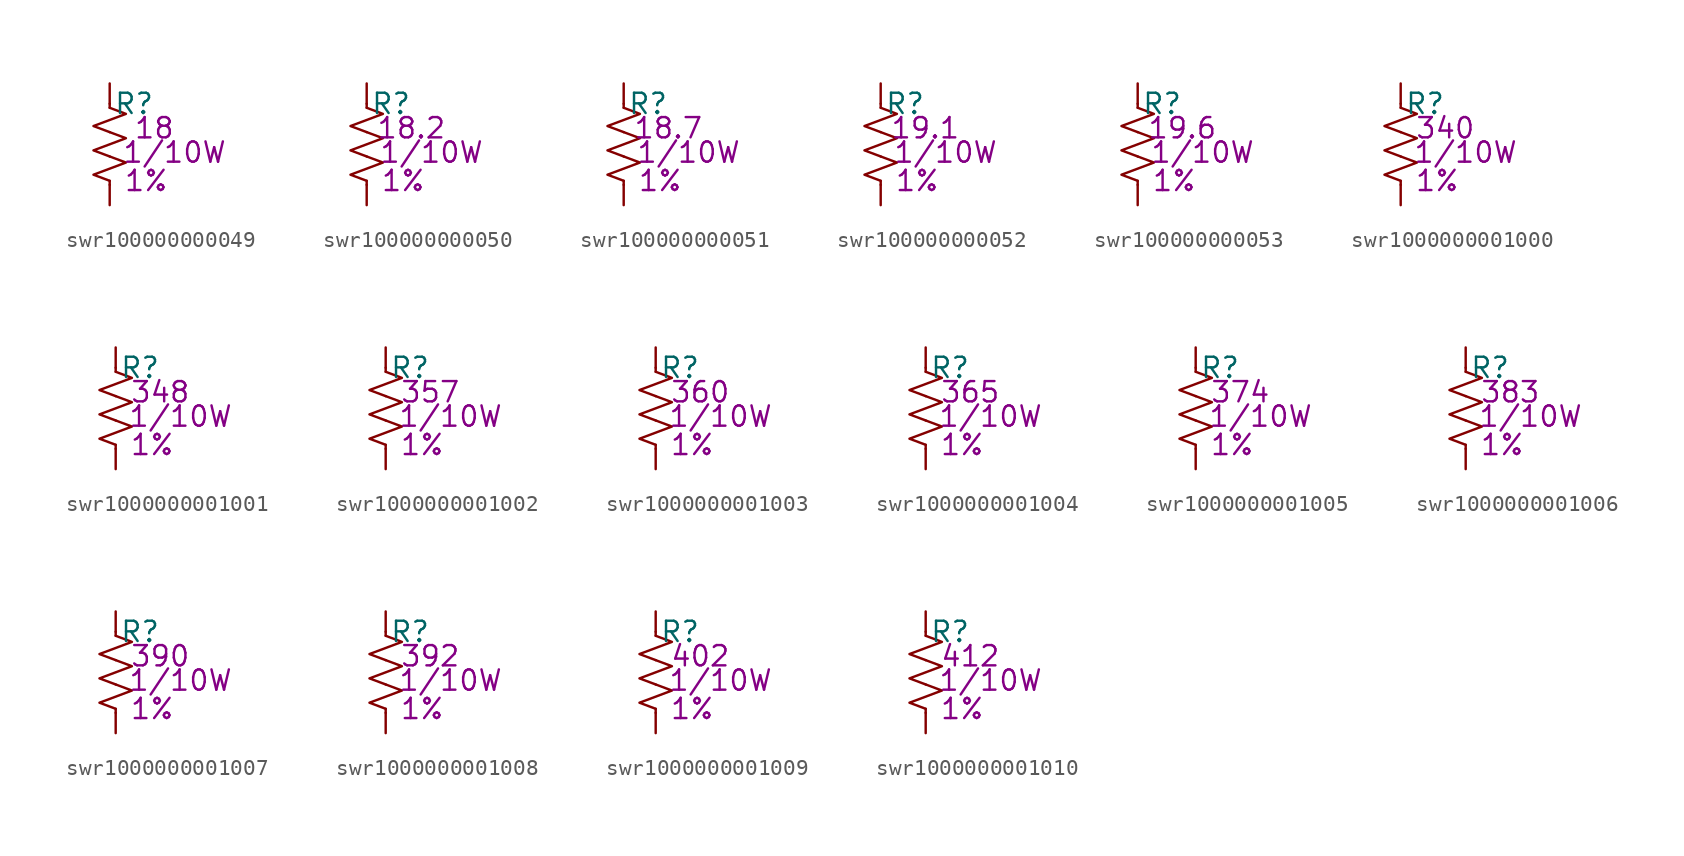
<source format=kicad_sym>
(kicad_symbol_lib
  (version 20211014)
  (generator kicad_symbol_editor)
  (symbol "swr100000000049"
    (pin_numbers hide)
    (pin_names
      (offset 1.016))
    (property "Reference" "R"
      (at 1.524 2.54 0)
      (effects (font (size 1.27 1.27))))
    (property "Tolerance" "1%"
      (at 2.286 -2.286 0)
      (effects (font (size 1.27 1.27))))
    (property "Wattage" "1/10W"
      (at 4.064 -0.508 0)
      (effects (font (size 1.27 1.27))))
    (property "PartValue" "18"
      (at 2.794 1.016 0)
      (effects (font (size 1.27 1.27))))
    (symbol "swr100000000049_1_1"
      (polyline (pts (xy 0 -2.286) (xy 0 -2.54)) (stroke (width 0) (type default) (color 0 0 0 0)) (fill (type none)))
      (polyline (pts (xy 0 2.286) (xy 0 2.54)) (stroke (width 0) (type default) (color 0 0 0 0)) (fill (type none)))
      (polyline (pts (xy 0 -0.762) (xy 1.016 -1.143) (xy 0 -1.524) (xy -1.016 -1.905) (xy 0 -2.286)) (stroke (width 0) (type default) (color 0 0 0 0)) (fill (type none)))
      (polyline (pts (xy 0 0.762) (xy 1.016 0.381) (xy 0 0) (xy -1.016 -0.381) (xy 0 -0.762)) (stroke (width 0) (type default) (color 0 0 0 0)) (fill (type none)))
      (polyline (pts (xy 0 2.286) (xy 1.016 1.905) (xy 0 1.524) (xy -1.016 1.143) (xy 0 0.762)) (stroke (width 0) (type default) (color 0 0 0 0)) (fill (type none)))
      (pin passive line (at 0 3.81 270) (length 1.27) (name "~" (effects (font (size 1.27 1.27)))) (number "1" (effects (font (size 1.27 1.27)))))
      (pin passive line (at 0 -3.81 90) (length 1.27) (name "~" (effects (font (size 1.27 1.27)))) (number "2" (effects (font (size 1.27 1.27)))))))
  (symbol "swr100000000050"
    (pin_numbers hide)
    (pin_names
      (offset 1.016))
    (property "Reference" "R"
      (at 1.524 2.54 0)
      (effects (font (size 1.27 1.27))))
    (property "Tolerance" "1%"
      (at 2.286 -2.286 0)
      (effects (font (size 1.27 1.27))))
    (property "Wattage" "1/10W"
      (at 4.064 -0.508 0)
      (effects (font (size 1.27 1.27))))
    (property "PartValue" "18.2"
      (at 2.794 1.016 0)
      (effects (font (size 1.27 1.27))))
    (symbol "swr100000000050_1_1"
      (polyline (pts (xy 0 -2.286) (xy 0 -2.54)) (stroke (width 0) (type default) (color 0 0 0 0)) (fill (type none)))
      (polyline (pts (xy 0 2.286) (xy 0 2.54)) (stroke (width 0) (type default) (color 0 0 0 0)) (fill (type none)))
      (polyline (pts (xy 0 -0.762) (xy 1.016 -1.143) (xy 0 -1.524) (xy -1.016 -1.905) (xy 0 -2.286)) (stroke (width 0) (type default) (color 0 0 0 0)) (fill (type none)))
      (polyline (pts (xy 0 0.762) (xy 1.016 0.381) (xy 0 0) (xy -1.016 -0.381) (xy 0 -0.762)) (stroke (width 0) (type default) (color 0 0 0 0)) (fill (type none)))
      (polyline (pts (xy 0 2.286) (xy 1.016 1.905) (xy 0 1.524) (xy -1.016 1.143) (xy 0 0.762)) (stroke (width 0) (type default) (color 0 0 0 0)) (fill (type none)))
      (pin passive line (at 0 3.81 270) (length 1.27) (name "~" (effects (font (size 1.27 1.27)))) (number "1" (effects (font (size 1.27 1.27)))))
      (pin passive line (at 0 -3.81 90) (length 1.27) (name "~" (effects (font (size 1.27 1.27)))) (number "2" (effects (font (size 1.27 1.27)))))))
  (symbol "swr100000000051"
    (pin_numbers hide)
    (pin_names
      (offset 1.016))
    (property "Reference" "R"
      (at 1.524 2.54 0)
      (effects (font (size 1.27 1.27))))
    (property "Tolerance" "1%"
      (at 2.286 -2.286 0)
      (effects (font (size 1.27 1.27))))
    (property "Wattage" "1/10W"
      (at 4.064 -0.508 0)
      (effects (font (size 1.27 1.27))))
    (property "PartValue" "18.7"
      (at 2.794 1.016 0)
      (effects (font (size 1.27 1.27))))
    (symbol "swr100000000051_1_1"
      (polyline (pts (xy 0 -2.286) (xy 0 -2.54)) (stroke (width 0) (type default) (color 0 0 0 0)) (fill (type none)))
      (polyline (pts (xy 0 2.286) (xy 0 2.54)) (stroke (width 0) (type default) (color 0 0 0 0)) (fill (type none)))
      (polyline (pts (xy 0 -0.762) (xy 1.016 -1.143) (xy 0 -1.524) (xy -1.016 -1.905) (xy 0 -2.286)) (stroke (width 0) (type default) (color 0 0 0 0)) (fill (type none)))
      (polyline (pts (xy 0 0.762) (xy 1.016 0.381) (xy 0 0) (xy -1.016 -0.381) (xy 0 -0.762)) (stroke (width 0) (type default) (color 0 0 0 0)) (fill (type none)))
      (polyline (pts (xy 0 2.286) (xy 1.016 1.905) (xy 0 1.524) (xy -1.016 1.143) (xy 0 0.762)) (stroke (width 0) (type default) (color 0 0 0 0)) (fill (type none)))
      (pin passive line (at 0 3.81 270) (length 1.27) (name "~" (effects (font (size 1.27 1.27)))) (number "1" (effects (font (size 1.27 1.27)))))
      (pin passive line (at 0 -3.81 90) (length 1.27) (name "~" (effects (font (size 1.27 1.27)))) (number "2" (effects (font (size 1.27 1.27)))))))
  (symbol "swr100000000052"
    (pin_numbers hide)
    (pin_names
      (offset 1.016))
    (property "Reference" "R"
      (at 1.524 2.54 0)
      (effects (font (size 1.27 1.27))))
    (property "Tolerance" "1%"
      (at 2.286 -2.286 0)
      (effects (font (size 1.27 1.27))))
    (property "Wattage" "1/10W"
      (at 4.064 -0.508 0)
      (effects (font (size 1.27 1.27))))
    (property "PartValue" "19.1"
      (at 2.794 1.016 0)
      (effects (font (size 1.27 1.27))))
    (symbol "swr100000000052_1_1"
      (polyline (pts (xy 0 -2.286) (xy 0 -2.54)) (stroke (width 0) (type default) (color 0 0 0 0)) (fill (type none)))
      (polyline (pts (xy 0 2.286) (xy 0 2.54)) (stroke (width 0) (type default) (color 0 0 0 0)) (fill (type none)))
      (polyline (pts (xy 0 -0.762) (xy 1.016 -1.143) (xy 0 -1.524) (xy -1.016 -1.905) (xy 0 -2.286)) (stroke (width 0) (type default) (color 0 0 0 0)) (fill (type none)))
      (polyline (pts (xy 0 0.762) (xy 1.016 0.381) (xy 0 0) (xy -1.016 -0.381) (xy 0 -0.762)) (stroke (width 0) (type default) (color 0 0 0 0)) (fill (type none)))
      (polyline (pts (xy 0 2.286) (xy 1.016 1.905) (xy 0 1.524) (xy -1.016 1.143) (xy 0 0.762)) (stroke (width 0) (type default) (color 0 0 0 0)) (fill (type none)))
      (pin passive line (at 0 3.81 270) (length 1.27) (name "~" (effects (font (size 1.27 1.27)))) (number "1" (effects (font (size 1.27 1.27)))))
      (pin passive line (at 0 -3.81 90) (length 1.27) (name "~" (effects (font (size 1.27 1.27)))) (number "2" (effects (font (size 1.27 1.27)))))))
  (symbol "swr100000000053"
    (pin_numbers hide)
    (pin_names
      (offset 1.016))
    (property "Reference" "R"
      (at 1.524 2.54 0)
      (effects (font (size 1.27 1.27))))
    (property "Tolerance" "1%"
      (at 2.286 -2.286 0)
      (effects (font (size 1.27 1.27))))
    (property "Wattage" "1/10W"
      (at 4.064 -0.508 0)
      (effects (font (size 1.27 1.27))))
    (property "PartValue" "19.6"
      (at 2.794 1.016 0)
      (effects (font (size 1.27 1.27))))
    (symbol "swr100000000053_1_1"
      (polyline (pts (xy 0 -2.286) (xy 0 -2.54)) (stroke (width 0) (type default) (color 0 0 0 0)) (fill (type none)))
      (polyline (pts (xy 0 2.286) (xy 0 2.54)) (stroke (width 0) (type default) (color 0 0 0 0)) (fill (type none)))
      (polyline (pts (xy 0 -0.762) (xy 1.016 -1.143) (xy 0 -1.524) (xy -1.016 -1.905) (xy 0 -2.286)) (stroke (width 0) (type default) (color 0 0 0 0)) (fill (type none)))
      (polyline (pts (xy 0 0.762) (xy 1.016 0.381) (xy 0 0) (xy -1.016 -0.381) (xy 0 -0.762)) (stroke (width 0) (type default) (color 0 0 0 0)) (fill (type none)))
      (polyline (pts (xy 0 2.286) (xy 1.016 1.905) (xy 0 1.524) (xy -1.016 1.143) (xy 0 0.762)) (stroke (width 0) (type default) (color 0 0 0 0)) (fill (type none)))
      (pin passive line (at 0 3.81 270) (length 1.27) (name "~" (effects (font (size 1.27 1.27)))) (number "1" (effects (font (size 1.27 1.27)))))
      (pin passive line (at 0 -3.81 90) (length 1.27) (name "~" (effects (font (size 1.27 1.27)))) (number "2" (effects (font (size 1.27 1.27)))))))
  (symbol "swr1000000001000"
    (pin_numbers hide)
    (pin_names
      (offset 1.016))
    (property "Reference" "R"
      (at 1.524 2.54 0)
      (effects (font (size 1.27 1.27))))
    (property "Tolerance" "1%"
      (at 2.286 -2.286 0)
      (effects (font (size 1.27 1.27))))
    (property "Wattage" "1/10W"
      (at 4.064 -0.508 0)
      (effects (font (size 1.27 1.27))))
    (property "PartValue" "340"
      (at 2.794 1.016 0)
      (effects (font (size 1.27 1.27))))
    (symbol "swr1000000001000_1_1"
      (polyline (pts (xy 0 -2.286) (xy 0 -2.54)) (stroke (width 0) (type default) (color 0 0 0 0)) (fill (type none)))
      (polyline (pts (xy 0 2.286) (xy 0 2.54)) (stroke (width 0) (type default) (color 0 0 0 0)) (fill (type none)))
      (polyline (pts (xy 0 -0.762) (xy 1.016 -1.143) (xy 0 -1.524) (xy -1.016 -1.905) (xy 0 -2.286)) (stroke (width 0) (type default) (color 0 0 0 0)) (fill (type none)))
      (polyline (pts (xy 0 0.762) (xy 1.016 0.381) (xy 0 0) (xy -1.016 -0.381) (xy 0 -0.762)) (stroke (width 0) (type default) (color 0 0 0 0)) (fill (type none)))
      (polyline (pts (xy 0 2.286) (xy 1.016 1.905) (xy 0 1.524) (xy -1.016 1.143) (xy 0 0.762)) (stroke (width 0) (type default) (color 0 0 0 0)) (fill (type none)))
      (pin passive line (at 0 3.81 270) (length 1.27) (name "~" (effects (font (size 1.27 1.27)))) (number "1" (effects (font (size 1.27 1.27)))))
      (pin passive line (at 0 -3.81 90) (length 1.27) (name "~" (effects (font (size 1.27 1.27)))) (number "2" (effects (font (size 1.27 1.27)))))))
  (symbol "swr1000000001001"
    (pin_numbers hide)
    (pin_names
      (offset 1.016))
    (property "Reference" "R"
      (at 1.524 2.54 0)
      (effects (font (size 1.27 1.27))))
    (property "Tolerance" "1%"
      (at 2.286 -2.286 0)
      (effects (font (size 1.27 1.27))))
    (property "Wattage" "1/10W"
      (at 4.064 -0.508 0)
      (effects (font (size 1.27 1.27))))
    (property "PartValue" "348"
      (at 2.794 1.016 0)
      (effects (font (size 1.27 1.27))))
    (symbol "swr1000000001001_1_1"
      (polyline (pts (xy 0 -2.286) (xy 0 -2.54)) (stroke (width 0) (type default) (color 0 0 0 0)) (fill (type none)))
      (polyline (pts (xy 0 2.286) (xy 0 2.54)) (stroke (width 0) (type default) (color 0 0 0 0)) (fill (type none)))
      (polyline (pts (xy 0 -0.762) (xy 1.016 -1.143) (xy 0 -1.524) (xy -1.016 -1.905) (xy 0 -2.286)) (stroke (width 0) (type default) (color 0 0 0 0)) (fill (type none)))
      (polyline (pts (xy 0 0.762) (xy 1.016 0.381) (xy 0 0) (xy -1.016 -0.381) (xy 0 -0.762)) (stroke (width 0) (type default) (color 0 0 0 0)) (fill (type none)))
      (polyline (pts (xy 0 2.286) (xy 1.016 1.905) (xy 0 1.524) (xy -1.016 1.143) (xy 0 0.762)) (stroke (width 0) (type default) (color 0 0 0 0)) (fill (type none)))
      (pin passive line (at 0 3.81 270) (length 1.27) (name "~" (effects (font (size 1.27 1.27)))) (number "1" (effects (font (size 1.27 1.27)))))
      (pin passive line (at 0 -3.81 90) (length 1.27) (name "~" (effects (font (size 1.27 1.27)))) (number "2" (effects (font (size 1.27 1.27)))))))
  (symbol "swr1000000001002"
    (pin_numbers hide)
    (pin_names
      (offset 1.016))
    (property "Reference" "R"
      (at 1.524 2.54 0)
      (effects (font (size 1.27 1.27))))
    (property "Tolerance" "1%"
      (at 2.286 -2.286 0)
      (effects (font (size 1.27 1.27))))
    (property "Wattage" "1/10W"
      (at 4.064 -0.508 0)
      (effects (font (size 1.27 1.27))))
    (property "PartValue" "357"
      (at 2.794 1.016 0)
      (effects (font (size 1.27 1.27))))
    (symbol "swr1000000001002_1_1"
      (polyline (pts (xy 0 -2.286) (xy 0 -2.54)) (stroke (width 0) (type default) (color 0 0 0 0)) (fill (type none)))
      (polyline (pts (xy 0 2.286) (xy 0 2.54)) (stroke (width 0) (type default) (color 0 0 0 0)) (fill (type none)))
      (polyline (pts (xy 0 -0.762) (xy 1.016 -1.143) (xy 0 -1.524) (xy -1.016 -1.905) (xy 0 -2.286)) (stroke (width 0) (type default) (color 0 0 0 0)) (fill (type none)))
      (polyline (pts (xy 0 0.762) (xy 1.016 0.381) (xy 0 0) (xy -1.016 -0.381) (xy 0 -0.762)) (stroke (width 0) (type default) (color 0 0 0 0)) (fill (type none)))
      (polyline (pts (xy 0 2.286) (xy 1.016 1.905) (xy 0 1.524) (xy -1.016 1.143) (xy 0 0.762)) (stroke (width 0) (type default) (color 0 0 0 0)) (fill (type none)))
      (pin passive line (at 0 3.81 270) (length 1.27) (name "~" (effects (font (size 1.27 1.27)))) (number "1" (effects (font (size 1.27 1.27)))))
      (pin passive line (at 0 -3.81 90) (length 1.27) (name "~" (effects (font (size 1.27 1.27)))) (number "2" (effects (font (size 1.27 1.27)))))))
  (symbol "swr1000000001003"
    (pin_numbers hide)
    (pin_names
      (offset 1.016))
    (property "Reference" "R"
      (at 1.524 2.54 0)
      (effects (font (size 1.27 1.27))))
    (property "Tolerance" "1%"
      (at 2.286 -2.286 0)
      (effects (font (size 1.27 1.27))))
    (property "Wattage" "1/10W"
      (at 4.064 -0.508 0)
      (effects (font (size 1.27 1.27))))
    (property "PartValue" "360"
      (at 2.794 1.016 0)
      (effects (font (size 1.27 1.27))))
    (symbol "swr1000000001003_1_1"
      (polyline (pts (xy 0 -2.286) (xy 0 -2.54)) (stroke (width 0) (type default) (color 0 0 0 0)) (fill (type none)))
      (polyline (pts (xy 0 2.286) (xy 0 2.54)) (stroke (width 0) (type default) (color 0 0 0 0)) (fill (type none)))
      (polyline (pts (xy 0 -0.762) (xy 1.016 -1.143) (xy 0 -1.524) (xy -1.016 -1.905) (xy 0 -2.286)) (stroke (width 0) (type default) (color 0 0 0 0)) (fill (type none)))
      (polyline (pts (xy 0 0.762) (xy 1.016 0.381) (xy 0 0) (xy -1.016 -0.381) (xy 0 -0.762)) (stroke (width 0) (type default) (color 0 0 0 0)) (fill (type none)))
      (polyline (pts (xy 0 2.286) (xy 1.016 1.905) (xy 0 1.524) (xy -1.016 1.143) (xy 0 0.762)) (stroke (width 0) (type default) (color 0 0 0 0)) (fill (type none)))
      (pin passive line (at 0 3.81 270) (length 1.27) (name "~" (effects (font (size 1.27 1.27)))) (number "1" (effects (font (size 1.27 1.27)))))
      (pin passive line (at 0 -3.81 90) (length 1.27) (name "~" (effects (font (size 1.27 1.27)))) (number "2" (effects (font (size 1.27 1.27)))))))
  (symbol "swr1000000001004"
    (pin_numbers hide)
    (pin_names
      (offset 1.016))
    (property "Reference" "R"
      (at 1.524 2.54 0)
      (effects (font (size 1.27 1.27))))
    (property "Tolerance" "1%"
      (at 2.286 -2.286 0)
      (effects (font (size 1.27 1.27))))
    (property "Wattage" "1/10W"
      (at 4.064 -0.508 0)
      (effects (font (size 1.27 1.27))))
    (property "PartValue" "365"
      (at 2.794 1.016 0)
      (effects (font (size 1.27 1.27))))
    (symbol "swr1000000001004_1_1"
      (polyline (pts (xy 0 -2.286) (xy 0 -2.54)) (stroke (width 0) (type default) (color 0 0 0 0)) (fill (type none)))
      (polyline (pts (xy 0 2.286) (xy 0 2.54)) (stroke (width 0) (type default) (color 0 0 0 0)) (fill (type none)))
      (polyline (pts (xy 0 -0.762) (xy 1.016 -1.143) (xy 0 -1.524) (xy -1.016 -1.905) (xy 0 -2.286)) (stroke (width 0) (type default) (color 0 0 0 0)) (fill (type none)))
      (polyline (pts (xy 0 0.762) (xy 1.016 0.381) (xy 0 0) (xy -1.016 -0.381) (xy 0 -0.762)) (stroke (width 0) (type default) (color 0 0 0 0)) (fill (type none)))
      (polyline (pts (xy 0 2.286) (xy 1.016 1.905) (xy 0 1.524) (xy -1.016 1.143) (xy 0 0.762)) (stroke (width 0) (type default) (color 0 0 0 0)) (fill (type none)))
      (pin passive line (at 0 3.81 270) (length 1.27) (name "~" (effects (font (size 1.27 1.27)))) (number "1" (effects (font (size 1.27 1.27)))))
      (pin passive line (at 0 -3.81 90) (length 1.27) (name "~" (effects (font (size 1.27 1.27)))) (number "2" (effects (font (size 1.27 1.27)))))))
  (symbol "swr1000000001005"
    (pin_numbers hide)
    (pin_names
      (offset 1.016))
    (property "Reference" "R"
      (at 1.524 2.54 0)
      (effects (font (size 1.27 1.27))))
    (property "Tolerance" "1%"
      (at 2.286 -2.286 0)
      (effects (font (size 1.27 1.27))))
    (property "Wattage" "1/10W"
      (at 4.064 -0.508 0)
      (effects (font (size 1.27 1.27))))
    (property "PartValue" "374"
      (at 2.794 1.016 0)
      (effects (font (size 1.27 1.27))))
    (symbol "swr1000000001005_1_1"
      (polyline (pts (xy 0 -2.286) (xy 0 -2.54)) (stroke (width 0) (type default) (color 0 0 0 0)) (fill (type none)))
      (polyline (pts (xy 0 2.286) (xy 0 2.54)) (stroke (width 0) (type default) (color 0 0 0 0)) (fill (type none)))
      (polyline (pts (xy 0 -0.762) (xy 1.016 -1.143) (xy 0 -1.524) (xy -1.016 -1.905) (xy 0 -2.286)) (stroke (width 0) (type default) (color 0 0 0 0)) (fill (type none)))
      (polyline (pts (xy 0 0.762) (xy 1.016 0.381) (xy 0 0) (xy -1.016 -0.381) (xy 0 -0.762)) (stroke (width 0) (type default) (color 0 0 0 0)) (fill (type none)))
      (polyline (pts (xy 0 2.286) (xy 1.016 1.905) (xy 0 1.524) (xy -1.016 1.143) (xy 0 0.762)) (stroke (width 0) (type default) (color 0 0 0 0)) (fill (type none)))
      (pin passive line (at 0 3.81 270) (length 1.27) (name "~" (effects (font (size 1.27 1.27)))) (number "1" (effects (font (size 1.27 1.27)))))
      (pin passive line (at 0 -3.81 90) (length 1.27) (name "~" (effects (font (size 1.27 1.27)))) (number "2" (effects (font (size 1.27 1.27)))))))
  (symbol "swr1000000001006"
    (pin_numbers hide)
    (pin_names
      (offset 1.016))
    (property "Reference" "R"
      (at 1.524 2.54 0)
      (effects (font (size 1.27 1.27))))
    (property "Tolerance" "1%"
      (at 2.286 -2.286 0)
      (effects (font (size 1.27 1.27))))
    (property "Wattage" "1/10W"
      (at 4.064 -0.508 0)
      (effects (font (size 1.27 1.27))))
    (property "PartValue" "383"
      (at 2.794 1.016 0)
      (effects (font (size 1.27 1.27))))
    (symbol "swr1000000001006_1_1"
      (polyline (pts (xy 0 -2.286) (xy 0 -2.54)) (stroke (width 0) (type default) (color 0 0 0 0)) (fill (type none)))
      (polyline (pts (xy 0 2.286) (xy 0 2.54)) (stroke (width 0) (type default) (color 0 0 0 0)) (fill (type none)))
      (polyline (pts (xy 0 -0.762) (xy 1.016 -1.143) (xy 0 -1.524) (xy -1.016 -1.905) (xy 0 -2.286)) (stroke (width 0) (type default) (color 0 0 0 0)) (fill (type none)))
      (polyline (pts (xy 0 0.762) (xy 1.016 0.381) (xy 0 0) (xy -1.016 -0.381) (xy 0 -0.762)) (stroke (width 0) (type default) (color 0 0 0 0)) (fill (type none)))
      (polyline (pts (xy 0 2.286) (xy 1.016 1.905) (xy 0 1.524) (xy -1.016 1.143) (xy 0 0.762)) (stroke (width 0) (type default) (color 0 0 0 0)) (fill (type none)))
      (pin passive line (at 0 3.81 270) (length 1.27) (name "~" (effects (font (size 1.27 1.27)))) (number "1" (effects (font (size 1.27 1.27)))))
      (pin passive line (at 0 -3.81 90) (length 1.27) (name "~" (effects (font (size 1.27 1.27)))) (number "2" (effects (font (size 1.27 1.27)))))))
  (symbol "swr1000000001007"
    (pin_numbers hide)
    (pin_names
      (offset 1.016))
    (property "Reference" "R"
      (at 1.524 2.54 0)
      (effects (font (size 1.27 1.27))))
    (property "Tolerance" "1%"
      (at 2.286 -2.286 0)
      (effects (font (size 1.27 1.27))))
    (property "Wattage" "1/10W"
      (at 4.064 -0.508 0)
      (effects (font (size 1.27 1.27))))
    (property "PartValue" "390"
      (at 2.794 1.016 0)
      (effects (font (size 1.27 1.27))))
    (symbol "swr1000000001007_1_1"
      (polyline (pts (xy 0 -2.286) (xy 0 -2.54)) (stroke (width 0) (type default) (color 0 0 0 0)) (fill (type none)))
      (polyline (pts (xy 0 2.286) (xy 0 2.54)) (stroke (width 0) (type default) (color 0 0 0 0)) (fill (type none)))
      (polyline (pts (xy 0 -0.762) (xy 1.016 -1.143) (xy 0 -1.524) (xy -1.016 -1.905) (xy 0 -2.286)) (stroke (width 0) (type default) (color 0 0 0 0)) (fill (type none)))
      (polyline (pts (xy 0 0.762) (xy 1.016 0.381) (xy 0 0) (xy -1.016 -0.381) (xy 0 -0.762)) (stroke (width 0) (type default) (color 0 0 0 0)) (fill (type none)))
      (polyline (pts (xy 0 2.286) (xy 1.016 1.905) (xy 0 1.524) (xy -1.016 1.143) (xy 0 0.762)) (stroke (width 0) (type default) (color 0 0 0 0)) (fill (type none)))
      (pin passive line (at 0 3.81 270) (length 1.27) (name "~" (effects (font (size 1.27 1.27)))) (number "1" (effects (font (size 1.27 1.27)))))
      (pin passive line (at 0 -3.81 90) (length 1.27) (name "~" (effects (font (size 1.27 1.27)))) (number "2" (effects (font (size 1.27 1.27)))))))
  (symbol "swr1000000001008"
    (pin_numbers hide)
    (pin_names
      (offset 1.016))
    (property "Reference" "R"
      (at 1.524 2.54 0)
      (effects (font (size 1.27 1.27))))
    (property "Tolerance" "1%"
      (at 2.286 -2.286 0)
      (effects (font (size 1.27 1.27))))
    (property "Wattage" "1/10W"
      (at 4.064 -0.508 0)
      (effects (font (size 1.27 1.27))))
    (property "PartValue" "392"
      (at 2.794 1.016 0)
      (effects (font (size 1.27 1.27))))
    (symbol "swr1000000001008_1_1"
      (polyline (pts (xy 0 -2.286) (xy 0 -2.54)) (stroke (width 0) (type default) (color 0 0 0 0)) (fill (type none)))
      (polyline (pts (xy 0 2.286) (xy 0 2.54)) (stroke (width 0) (type default) (color 0 0 0 0)) (fill (type none)))
      (polyline (pts (xy 0 -0.762) (xy 1.016 -1.143) (xy 0 -1.524) (xy -1.016 -1.905) (xy 0 -2.286)) (stroke (width 0) (type default) (color 0 0 0 0)) (fill (type none)))
      (polyline (pts (xy 0 0.762) (xy 1.016 0.381) (xy 0 0) (xy -1.016 -0.381) (xy 0 -0.762)) (stroke (width 0) (type default) (color 0 0 0 0)) (fill (type none)))
      (polyline (pts (xy 0 2.286) (xy 1.016 1.905) (xy 0 1.524) (xy -1.016 1.143) (xy 0 0.762)) (stroke (width 0) (type default) (color 0 0 0 0)) (fill (type none)))
      (pin passive line (at 0 3.81 270) (length 1.27) (name "~" (effects (font (size 1.27 1.27)))) (number "1" (effects (font (size 1.27 1.27)))))
      (pin passive line (at 0 -3.81 90) (length 1.27) (name "~" (effects (font (size 1.27 1.27)))) (number "2" (effects (font (size 1.27 1.27)))))))
  (symbol "swr1000000001009"
    (pin_numbers hide)
    (pin_names
      (offset 1.016))
    (property "Reference" "R"
      (at 1.524 2.54 0)
      (effects (font (size 1.27 1.27))))
    (property "Tolerance" "1%"
      (at 2.286 -2.286 0)
      (effects (font (size 1.27 1.27))))
    (property "Wattage" "1/10W"
      (at 4.064 -0.508 0)
      (effects (font (size 1.27 1.27))))
    (property "PartValue" "402"
      (at 2.794 1.016 0)
      (effects (font (size 1.27 1.27))))
    (symbol "swr1000000001009_1_1"
      (polyline (pts (xy 0 -2.286) (xy 0 -2.54)) (stroke (width 0) (type default) (color 0 0 0 0)) (fill (type none)))
      (polyline (pts (xy 0 2.286) (xy 0 2.54)) (stroke (width 0) (type default) (color 0 0 0 0)) (fill (type none)))
      (polyline (pts (xy 0 -0.762) (xy 1.016 -1.143) (xy 0 -1.524) (xy -1.016 -1.905) (xy 0 -2.286)) (stroke (width 0) (type default) (color 0 0 0 0)) (fill (type none)))
      (polyline (pts (xy 0 0.762) (xy 1.016 0.381) (xy 0 0) (xy -1.016 -0.381) (xy 0 -0.762)) (stroke (width 0) (type default) (color 0 0 0 0)) (fill (type none)))
      (polyline (pts (xy 0 2.286) (xy 1.016 1.905) (xy 0 1.524) (xy -1.016 1.143) (xy 0 0.762)) (stroke (width 0) (type default) (color 0 0 0 0)) (fill (type none)))
      (pin passive line (at 0 3.81 270) (length 1.27) (name "~" (effects (font (size 1.27 1.27)))) (number "1" (effects (font (size 1.27 1.27)))))
      (pin passive line (at 0 -3.81 90) (length 1.27) (name "~" (effects (font (size 1.27 1.27)))) (number "2" (effects (font (size 1.27 1.27)))))))
  (symbol "swr1000000001010"
    (pin_numbers hide)
    (pin_names
      (offset 1.016))
    (property "Reference" "R"
      (at 1.524 2.54 0)
      (effects (font (size 1.27 1.27))))
    (property "Tolerance" "1%"
      (at 2.286 -2.286 0)
      (effects (font (size 1.27 1.27))))
    (property "Wattage" "1/10W"
      (at 4.064 -0.508 0)
      (effects (font (size 1.27 1.27))))
    (property "PartValue" "412"
      (at 2.794 1.016 0)
      (effects (font (size 1.27 1.27))))
    (symbol "swr1000000001010_1_1"
      (polyline (pts (xy 0 -2.286) (xy 0 -2.54)) (stroke (width 0) (type default) (color 0 0 0 0)) (fill (type none)))
      (polyline (pts (xy 0 2.286) (xy 0 2.54)) (stroke (width 0) (type default) (color 0 0 0 0)) (fill (type none)))
      (polyline (pts (xy 0 -0.762) (xy 1.016 -1.143) (xy 0 -1.524) (xy -1.016 -1.905) (xy 0 -2.286)) (stroke (width 0) (type default) (color 0 0 0 0)) (fill (type none)))
      (polyline (pts (xy 0 0.762) (xy 1.016 0.381) (xy 0 0) (xy -1.016 -0.381) (xy 0 -0.762)) (stroke (width 0) (type default) (color 0 0 0 0)) (fill (type none)))
      (polyline (pts (xy 0 2.286) (xy 1.016 1.905) (xy 0 1.524) (xy -1.016 1.143) (xy 0 0.762)) (stroke (width 0) (type default) (color 0 0 0 0)) (fill (type none)))
      (pin passive line (at 0 3.81 270) (length 1.27) (name "~" (effects (font (size 1.27 1.27)))) (number "1" (effects (font (size 1.27 1.27)))))
      (pin passive line (at 0 -3.81 90) (length 1.27) (name "~" (effects (font (size 1.27 1.27)))) (number "2" (effects (font (size 1.27 1.27))))))))
</source>
